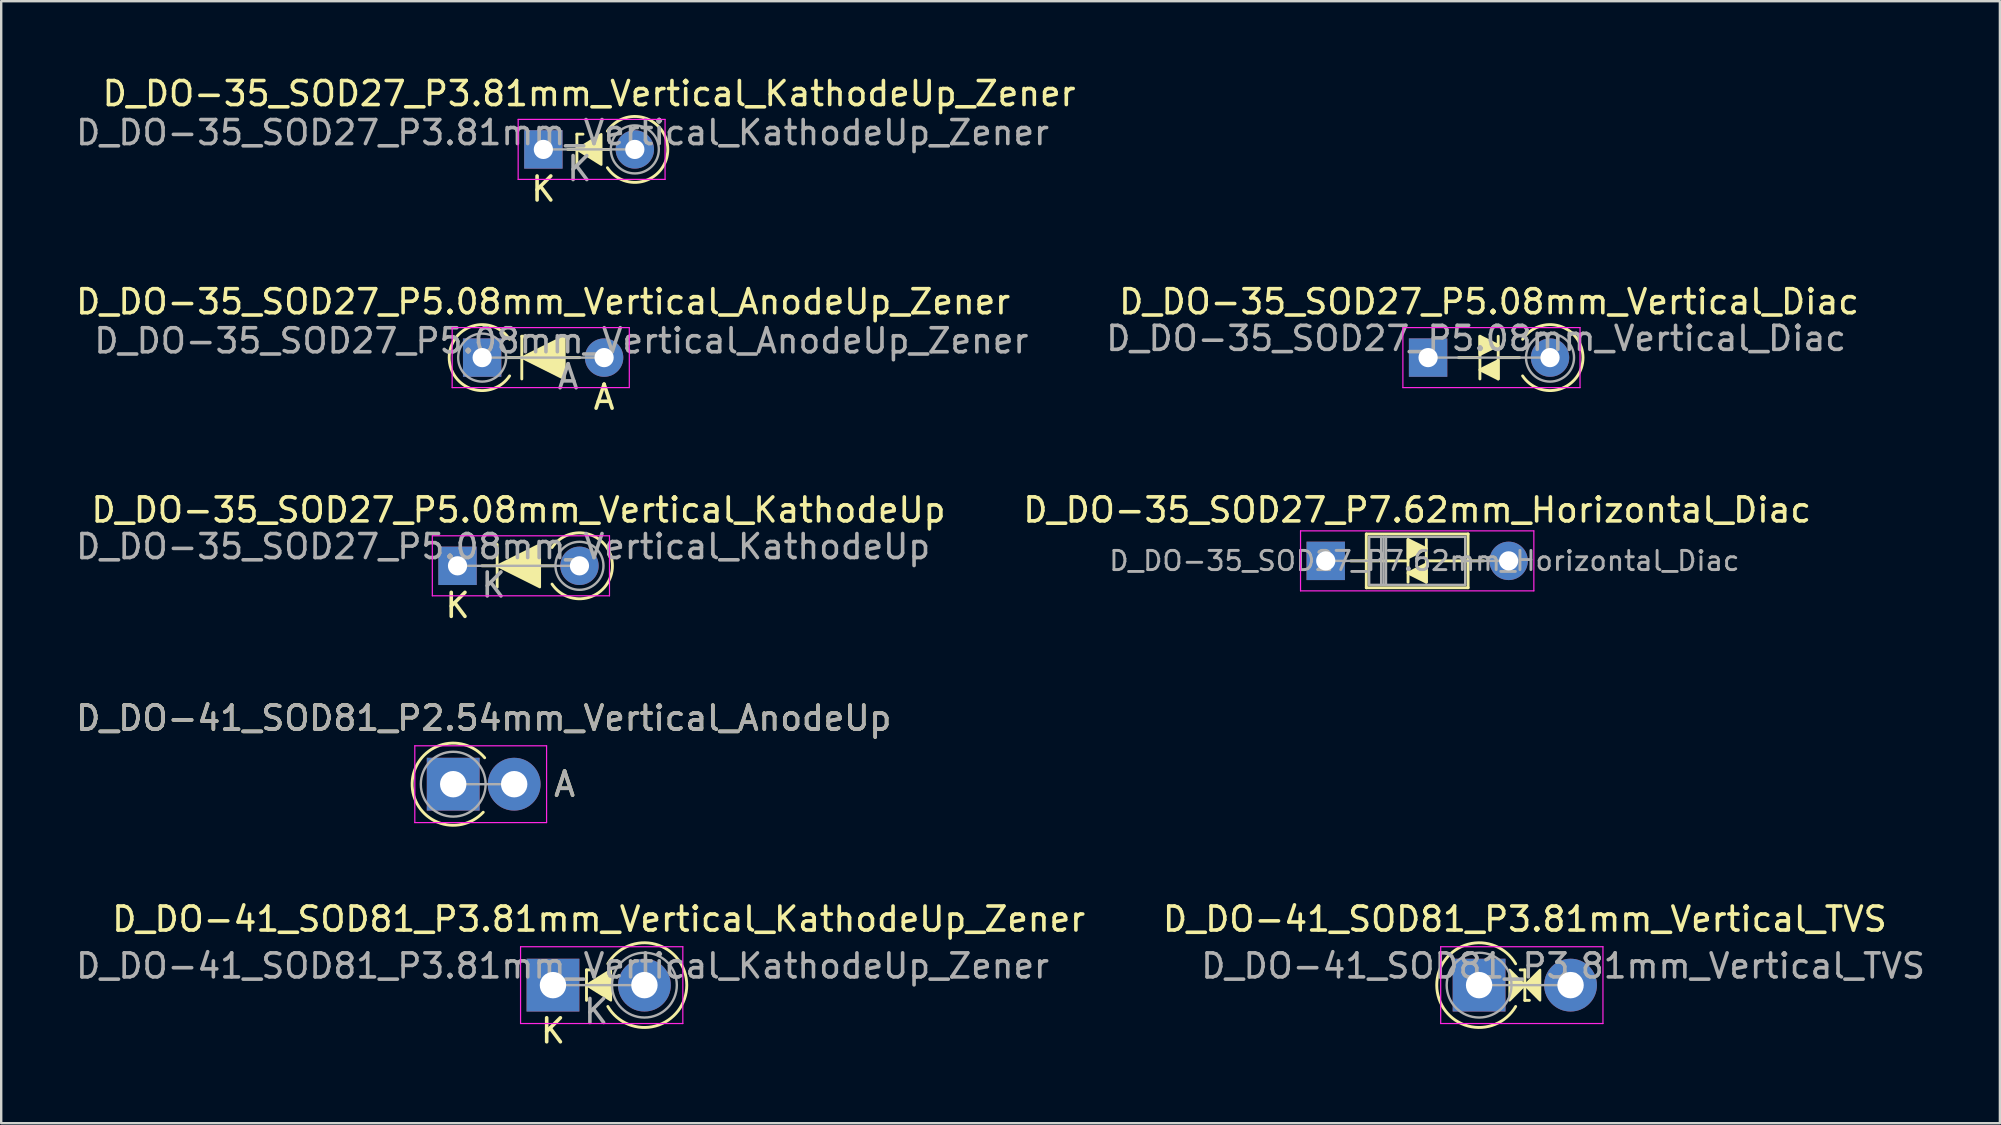
<source format=kicad_pcb>
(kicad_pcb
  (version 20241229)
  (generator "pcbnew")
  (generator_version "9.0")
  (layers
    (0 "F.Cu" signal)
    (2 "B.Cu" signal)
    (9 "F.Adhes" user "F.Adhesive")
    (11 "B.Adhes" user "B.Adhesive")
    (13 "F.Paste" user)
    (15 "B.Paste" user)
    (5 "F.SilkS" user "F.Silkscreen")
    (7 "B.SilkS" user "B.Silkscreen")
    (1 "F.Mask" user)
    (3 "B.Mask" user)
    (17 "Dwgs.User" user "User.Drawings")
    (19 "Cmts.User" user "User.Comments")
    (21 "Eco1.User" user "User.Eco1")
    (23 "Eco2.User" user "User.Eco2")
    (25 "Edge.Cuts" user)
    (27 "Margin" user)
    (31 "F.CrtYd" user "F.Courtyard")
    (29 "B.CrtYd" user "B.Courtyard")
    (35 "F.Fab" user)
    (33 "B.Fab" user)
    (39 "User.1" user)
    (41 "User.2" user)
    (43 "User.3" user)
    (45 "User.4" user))
  (footprint "D_DO-41_SOD81_P3.81mm_Vertical_KathodeUp_Zener"
    (layer "F.Cu")
    (at 19.987 37.991)
    (property "Reference" "D_DO-41_SOD81_P3.81mm_Vertical_KathodeUp_Zener" (at 1.905 -2.751 0) (layer "F.SilkS") (effects (font (size 1 1) (thickness 0.15))))
    (attr through_hole)
    (fp_line (start 1.397 -0.635) (end 1.397 0.635) (stroke (width 0.12) (type solid)) (layer "F.SilkS"))
    (fp_line (start 1.397 -0.635) (end 1.651 -0.635) (stroke (width 0.12) (type solid)) (layer "F.SilkS"))
    (fp_arc (start 2.286 -0.888999) (mid 5.574339 0.000001) (end 2.286 0.889) (stroke (width 0.12) (type solid)) (layer "F.SilkS"))
    (fp_poly (pts (xy 2.413 0.635) (xy 1.397 0) (xy 2.413 -0.635)) (stroke (width 0.1) (type solid)) (fill yes) (layer "F.SilkS"))
    (fp_line (start -1.35 -1.6) (end -1.35 1.6) (stroke (width 0.05) (type solid)) (layer "F.CrtYd"))
    (fp_line (start -1.35 1.6) (end 5.41 1.6) (stroke (width 0.05) (type solid)) (layer "F.CrtYd"))
    (fp_line (start 5.41 -1.6) (end -1.35 -1.6) (stroke (width 0.05) (type solid)) (layer "F.CrtYd"))
    (fp_line (start 5.41 1.6) (end 5.41 -1.6) (stroke (width 0.05) (type solid)) (layer "F.CrtYd"))
    (fp_line (start 0 0) (end 3.81 0) (stroke (width 0.1) (type solid)) (layer "F.Fab"))
    (fp_circle (center 3.81 0) (end 5.16 0) (stroke (width 0.1) (type solid)) (fill no) (layer "F.Fab"))
    (fp_text user "K" (at 0 1.905 0) (layer "F.SilkS") (effects (font (size 1 1) (thickness 0.15))))
    (fp_text user "K" (at 1.8 1.1 0) (layer "F.Fab") (effects (font (size 1 1) (thickness 0.15))))
    (fp_text user "${REFERENCE}" (at 0.4 -0.8 0) (layer "F.Fab") (effects (font (size 1 1) (thickness 0.15))))
    (pad "1" thru_hole rect (at 0 0) (size 2.2 2.2) (drill 1.1) (layers "*.Cu" "*.Mask"))
    (pad "2" thru_hole oval (at 3.81 0) (size 2.2 2.2) (drill 1.1) (layers "*.Cu" "*.Mask")))
  (footprint "D_DO-35_SOD27_P5.08mm_Vertical_AnodeUp_Zener"
    (layer "F.Cu")
    (at 17.037 11.848)
    (property "Reference" "D_DO-35_SOD27_P5.08mm_Vertical_AnodeUp_Zener" (at 2.54 -2.326 0) (layer "F.SilkS") (effects (font (size 1 1) (thickness 0.15))))
    (attr through_hole)
    (fp_line (start 1.651 -0.889) (end 1.651 0.889) (stroke (width 0.12) (type solid)) (layer "F.SilkS"))
    (fp_line (start 1.651 -0.889) (end 1.905 -0.889) (stroke (width 0.12) (type solid)) (layer "F.SilkS"))
    (fp_line (start 4.064 0) (end 1.016 0) (stroke (width 0.12) (type solid)) (layer "F.SilkS"))
    (fp_arc (start 1.142999 0.761999) (mid -1.373714 0) (end 1.142999 -0.761999) (stroke (width 0.12) (type solid)) (layer "F.SilkS"))
    (fp_poly (pts (xy 3.429 0.889) (xy 1.651 0) (xy 3.429 -0.889)) (stroke (width 0.1) (type solid)) (fill yes) (layer "F.SilkS"))
    (fp_line (start -1.25 -1.25) (end -1.25 1.25) (stroke (width 0.05) (type solid)) (layer "F.CrtYd"))
    (fp_line (start -1.25 1.25) (end 6.13 1.25) (stroke (width 0.05) (type solid)) (layer "F.CrtYd"))
    (fp_line (start 6.13 -1.25) (end -1.25 -1.25) (stroke (width 0.05) (type solid)) (layer "F.CrtYd"))
    (fp_line (start 6.13 1.25) (end 6.13 -1.25) (stroke (width 0.05) (type solid)) (layer "F.CrtYd"))
    (fp_line (start 0 0) (end 5.08 0) (stroke (width 0.1) (type solid)) (layer "F.Fab"))
    (fp_circle (center 0 0) (end 1 0) (stroke (width 0.1) (type solid)) (fill no) (layer "F.Fab"))
    (fp_text user "A" (at 5.08 1.651 0) (layer "F.SilkS") (effects (font (size 1 1) (thickness 0.15))))
    (fp_text user "A" (at 3.58 0.8 0) (layer "F.Fab") (effects (font (size 1 1) (thickness 0.15))))
    (fp_text user "${REFERENCE}" (at 3.3 -0.7 0) (layer "F.Fab") (effects (font (size 1 1) (thickness 0.15))))
    (pad "1" thru_hole rect (at 0 0) (size 1.6 1.6) (drill 0.8) (layers "*.Cu" "*.Mask"))
    (pad "2" thru_hole oval (at 5.08 0) (size 1.6 1.6) (drill 0.8) (layers "*.Cu" "*.Mask")))
  (footprint "D_DO-35_SOD27_P7.62mm_Horizontal_Diac"
    (layer "F.Cu")
    (at 52.181 20.316)
    (property "Reference" "D_DO-35_SOD27_P7.62mm_Horizontal_Diac" (at 3.81 -2.12 0) (layer "F.SilkS") (effects (font (size 1 1) (thickness 0.15))))
    (fp_line (start 1.04 0) (end 1.69 0) (stroke (width 0.12) (type solid)) (layer "F.SilkS"))
    (fp_line (start 1.651 0) (end 3.429 0) (stroke (width 0.12) (type solid)) (layer "F.SilkS"))
    (fp_line (start 1.69 -1.12) (end 1.69 1.12) (stroke (width 0.12) (type solid)) (layer "F.SilkS"))
    (fp_line (start 1.69 1.12) (end 5.93 1.12) (stroke (width 0.12) (type solid)) (layer "F.SilkS"))
    (fp_line (start 3.429 -0.889) (end 3.429 0.889) (stroke (width 0.12) (type solid)) (layer "F.SilkS"))
    (fp_line (start 4.191 -0.889) (end 4.191 0.889) (stroke (width 0.12) (type solid)) (layer "F.SilkS"))
    (fp_line (start 5.93 -1.12) (end 1.69 -1.12) (stroke (width 0.12) (type solid)) (layer "F.SilkS"))
    (fp_line (start 5.93 0) (end 4.191 0) (stroke (width 0.12) (type solid)) (layer "F.SilkS"))
    (fp_line (start 5.93 1.12) (end 5.93 -1.12) (stroke (width 0.12) (type solid)) (layer "F.SilkS"))
    (fp_line (start 6.58 0) (end 5.93 0) (stroke (width 0.12) (type solid)) (layer "F.SilkS"))
    (fp_poly (pts (xy 4.191 -0.508) (xy 3.429 -0.127) (xy 3.429 -0.889)) (stroke (width 0.12) (type solid)) (fill yes) (layer "F.SilkS"))
    (fp_poly (pts (xy 4.191 0.889) (xy 3.429 0.508) (xy 4.191 0.127)) (stroke (width 0.12) (type solid)) (fill yes) (layer "F.SilkS"))
    (fp_line (start -1.05 -1.25) (end -1.05 1.25) (stroke (width 0.05) (type solid)) (layer "F.CrtYd"))
    (fp_line (start -1.05 1.25) (end 8.67 1.25) (stroke (width 0.05) (type solid)) (layer "F.CrtYd"))
    (fp_line (start 8.67 -1.25) (end -1.05 -1.25) (stroke (width 0.05) (type solid)) (layer "F.CrtYd"))
    (fp_line (start 8.67 1.25) (end 8.67 -1.25) (stroke (width 0.05) (type solid)) (layer "F.CrtYd"))
    (fp_line (start 0 0) (end 1.81 0) (stroke (width 0.1) (type solid)) (layer "F.Fab"))
    (fp_line (start 1.81 -1) (end 1.81 1) (stroke (width 0.1) (type solid)) (layer "F.Fab"))
    (fp_line (start 1.81 1) (end 5.81 1) (stroke (width 0.1) (type solid)) (layer "F.Fab"))
    (fp_line (start 2.31 -1) (end 2.31 1) (stroke (width 0.1) (type solid)) (layer "F.Fab"))
    (fp_line (start 2.41 -1) (end 2.41 1) (stroke (width 0.1) (type solid)) (layer "F.Fab"))
    (fp_line (start 2.51 -1) (end 2.51 1) (stroke (width 0.1) (type solid)) (layer "F.Fab"))
    (fp_line (start 5.81 -1) (end 1.81 -1) (stroke (width 0.1) (type solid)) (layer "F.Fab"))
    (fp_line (start 5.81 1) (end 5.81 -1) (stroke (width 0.1) (type solid)) (layer "F.Fab"))
    (fp_line (start 7.62 0) (end 5.81 0) (stroke (width 0.1) (type solid)) (layer "F.Fab"))
    (fp_text user "${REFERENCE}" (at 4.11 0 0) (layer "F.Fab") (effects (font (size 0.8 0.8) (thickness 0.12))))
    (pad "1" thru_hole rect (at 0 0) (size 1.6 1.6) (drill 0.8) (layers "*.Cu" "*.Mask"))
    (pad "2" thru_hole oval (at 7.62 0) (size 1.6 1.6) (drill 0.8) (layers "*.Cu" "*.Mask")))
  (footprint "D_DO-35_SOD27_P5.08mm_Vertical_Diac"
    (layer "F.Cu")
    (at 56.445 11.848)
    (property "Reference" "D_DO-35_SOD27_P5.08mm_Vertical_Diac" (at 2.54 -2.326 0) (layer "F.SilkS") (effects (font (size 1 1) (thickness 0.15))))
    (fp_line (start 1.27 0) (end 2.159 0) (stroke (width 0.12) (type solid)) (layer "F.SilkS"))
    (fp_line (start 2.159 -0.889) (end 2.159 0.889) (stroke (width 0.12) (type solid)) (layer "F.SilkS"))
    (fp_line (start 2.921 -0.889) (end 2.921 0.889) (stroke (width 0.12) (type solid)) (layer "F.SilkS"))
    (fp_line (start 3.81 0) (end 2.921 0) (stroke (width 0.12) (type solid)) (layer "F.SilkS"))
    (fp_arc (start 3.937 -0.761998) (mid 6.453713 0.000001) (end 3.937 0.762) (stroke (width 0.12) (type solid)) (layer "F.SilkS"))
    (fp_poly (pts (xy 2.921 -0.508) (xy 2.159 -0.127) (xy 2.159 -0.889)) (stroke (width 0.12) (type solid)) (fill yes) (layer "F.SilkS"))
    (fp_poly (pts (xy 2.921 0.889) (xy 2.159 0.508) (xy 2.921 0.127)) (stroke (width 0.12) (type solid)) (fill yes) (layer "F.SilkS"))
    (fp_line (start -1.05 -1.25) (end -1.05 1.25) (stroke (width 0.05) (type solid)) (layer "F.CrtYd"))
    (fp_line (start -1.05 1.25) (end 6.33 1.25) (stroke (width 0.05) (type solid)) (layer "F.CrtYd"))
    (fp_line (start 6.33 -1.25) (end -1.05 -1.25) (stroke (width 0.05) (type solid)) (layer "F.CrtYd"))
    (fp_line (start 6.33 1.25) (end 6.33 -1.25) (stroke (width 0.05) (type solid)) (layer "F.CrtYd"))
    (fp_line (start 0 0) (end 5.08 0) (stroke (width 0.1) (type solid)) (layer "F.Fab"))
    (fp_circle (center 5.08 0) (end 6.08 0) (stroke (width 0.1) (type solid)) (fill no) (layer "F.Fab"))
    (fp_text user "${REFERENCE}" (at 2 -0.8 0) (layer "F.Fab") (effects (font (size 1 1) (thickness 0.15))))
    (pad "1" thru_hole rect (at 0 0) (size 1.6 1.6) (drill 0.8) (layers "*.Cu" "*.Mask"))
    (pad "2" thru_hole oval (at 5.08 0) (size 1.6 1.6) (drill 0.8) (layers "*.Cu" "*.Mask")))
  (footprint "D_DO-35_SOD27_P5.08mm_Vertical_KathodeUp"
    (layer "F.Cu")
    (at 16.011 20.522)
    (property "Reference" "D_DO-35_SOD27_P5.08mm_Vertical_KathodeUp" (at 2.54 -2.326 0) (layer "F.SilkS") (effects (font (size 1 1) (thickness 0.15))))
    (attr through_hole)
    (fp_line (start 1.651 -0.889) (end 1.651 0.889) (stroke (width 0.12) (type solid)) (layer "F.SilkS"))
    (fp_line (start 4.064 0) (end 1.016 0) (stroke (width 0.12) (type solid)) (layer "F.SilkS"))
    (fp_arc (start 3.937 -0.761998) (mid 6.453713 0.000001) (end 3.937 0.762) (stroke (width 0.12) (type solid)) (layer "F.SilkS"))
    (fp_poly (pts (xy 3.429 0.889) (xy 1.651 0) (xy 3.429 -0.889)) (stroke (width 0.1) (type solid)) (fill yes) (layer "F.SilkS"))
    (fp_line (start -1.05 -1.25) (end -1.05 1.25) (stroke (width 0.05) (type solid)) (layer "F.CrtYd"))
    (fp_line (start -1.05 1.25) (end 6.33 1.25) (stroke (width 0.05) (type solid)) (layer "F.CrtYd"))
    (fp_line (start 6.33 -1.25) (end -1.05 -1.25) (stroke (width 0.05) (type solid)) (layer "F.CrtYd"))
    (fp_line (start 6.33 1.25) (end 6.33 -1.25) (stroke (width 0.05) (type solid)) (layer "F.CrtYd"))
    (fp_line (start 0 0) (end 5.08 0) (stroke (width 0.1) (type solid)) (layer "F.Fab"))
    (fp_circle (center 5.08 0) (end 6.08 0) (stroke (width 0.1) (type solid)) (fill no) (layer "F.Fab"))
    (fp_text user "K" (at 0 1.651 0) (layer "F.SilkS") (effects (font (size 1 1) (thickness 0.15))))
    (fp_text user "${REFERENCE}" (at 1.9 -0.8 0) (layer "F.Fab") (effects (font (size 1 1) (thickness 0.15))))
    (fp_text user "K" (at 1.5 0.8 0) (layer "F.Fab") (effects (font (size 1 1) (thickness 0.15))))
    (pad "1" thru_hole rect (at 0 0) (size 1.6 1.6) (drill 0.8) (layers "*.Cu" "*.Mask"))
    (pad "2" thru_hole oval (at 5.08 0) (size 1.6 1.6) (drill 0.8) (layers "*.Cu" "*.Mask")))
  (footprint "D_DO-41_SOD81_P2.54mm_Vertical_AnodeUp"
    (layer "F.Cu")
    (at 15.831 29.62)
    (property "Reference" "D_DO-41_SOD81_P2.54mm_Vertical_AnodeUp" (at 1.27 -2.751 0) (layer "F.SilkS") (effects (font (size 1 1) (thickness 0.15))))
    (attr through_hole)
    (fp_arc (start 1.251551 1.167366) (mid -1.710877 -0.044974) (end 1.311153 -1.1) (stroke (width 0.12) (type solid)) (layer "F.SilkS"))
    (fp_line (start -1.6 -1.6) (end -1.6 1.6) (stroke (width 0.05) (type solid)) (layer "F.CrtYd"))
    (fp_line (start -1.6 1.6) (end 3.89 1.6) (stroke (width 0.05) (type solid)) (layer "F.CrtYd"))
    (fp_line (start 3.89 -1.6) (end -1.6 -1.6) (stroke (width 0.05) (type solid)) (layer "F.CrtYd"))
    (fp_line (start 3.89 1.6) (end 3.89 -1.6) (stroke (width 0.05) (type solid)) (layer "F.CrtYd"))
    (fp_line (start 0 0) (end 2.54 0) (stroke (width 0.1) (type solid)) (layer "F.Fab"))
    (fp_circle (center 0 0) (end 1.35 0) (stroke (width 0.1) (type solid)) (fill no) (layer "F.Fab"))
    (fp_text user "A" (at 4.64 0 0) (layer "F.SilkS") (effects (font (size 1 1) (thickness 0.15))))
    (fp_text user "A" (at 4.64 0 0) (layer "F.Fab") (effects (font (size 1 1) (thickness 0.15))))
    (fp_text user "${REFERENCE}" (at 1.27 -2.751 0) (layer "F.Fab") (effects (font (size 1 1) (thickness 0.15))))
    (pad "1" thru_hole rect (at 0 0) (size 2.2 2.2) (drill 1.1) (layers "*.Cu" "*.Mask"))
    (pad "2" thru_hole oval (at 2.54 0) (size 2.2 2.2) (drill 1.1) (layers "*.Cu" "*.Mask")))
  (footprint "D_DO-35_SOD27_P3.81mm_Vertical_KathodeUp_Zener"
    (layer "F.Cu")
    (at 19.587 3.175)
    (property "Reference" "D_DO-35_SOD27_P3.81mm_Vertical_KathodeUp_Zener" (at 1.905 -2.326 0) (layer "F.SilkS") (effects (font (size 1 1) (thickness 0.15))))
    (attr through_hole)
    (fp_line (start 1.397 -0.635) (end 1.397 0.635) (stroke (width 0.12) (type solid)) (layer "F.SilkS"))
    (fp_line (start 1.397 -0.635) (end 1.651 -0.635) (stroke (width 0.12) (type solid)) (layer "F.SilkS"))
    (fp_line (start 2.794 0) (end 1.016 0) (stroke (width 0.12) (type solid)) (layer "F.SilkS"))
    (fp_arc (start 2.667 -0.761998) (mid 5.183713 0.000001) (end 2.667 0.762) (stroke (width 0.12) (type solid)) (layer "F.SilkS"))
    (fp_poly (pts (xy 2.413 0.635) (xy 1.397 0) (xy 2.413 -0.635)) (stroke (width 0.1) (type solid)) (fill yes) (layer "F.SilkS"))
    (fp_line (start -1.05 -1.25) (end -1.05 1.25) (stroke (width 0.05) (type solid)) (layer "F.CrtYd"))
    (fp_line (start -1.05 1.25) (end 5.07 1.25) (stroke (width 0.05) (type solid)) (layer "F.CrtYd"))
    (fp_line (start 5.07 -1.25) (end -1.05 -1.25) (stroke (width 0.05) (type solid)) (layer "F.CrtYd"))
    (fp_line (start 5.07 1.25) (end 5.07 -1.25) (stroke (width 0.05) (type solid)) (layer "F.CrtYd"))
    (fp_line (start 0 0) (end 3.81 0) (stroke (width 0.1) (type solid)) (layer "F.Fab"))
    (fp_circle (center 3.81 0) (end 4.81 0) (stroke (width 0.1) (type solid)) (fill no) (layer "F.Fab"))
    (fp_text user "K" (at 0 1.651 0) (layer "F.SilkS") (effects (font (size 1 1) (thickness 0.15))))
    (fp_text user "K" (at 1.5 0.8 0) (layer "F.Fab") (effects (font (size 1 1) (thickness 0.15))))
    (fp_text user "${REFERENCE}" (at 0.8 -0.7 0) (layer "F.Fab") (effects (font (size 1 1) (thickness 0.15))))
    (pad "1" thru_hole rect (at 0 0) (size 1.6 1.6) (drill 0.8) (layers "*.Cu" "*.Mask"))
    (pad "2" thru_hole oval (at 3.81 0) (size 1.6 1.6) (drill 0.8) (layers "*.Cu" "*.Mask")))
  (footprint "D_DO-41_SOD81_P3.81mm_Vertical_TVS"
    (layer "F.Cu")
    (at 58.57 37.991)
    (property "Reference" "D_DO-41_SOD81_P3.81mm_Vertical_TVS" (at 1.905 -2.751 0) (layer "F.SilkS") (effects (font (size 1 1) (thickness 0.15))))
    (attr through_hole)
    (fp_line (start 1.714 -0.635) (end 1.905 -0.635) (stroke (width 0.12) (type solid)) (layer "F.SilkS"))
    (fp_line (start 1.905 -0.635) (end 1.905 0.635) (stroke (width 0.12) (type solid)) (layer "F.SilkS"))
    (fp_line (start 1.905 0.635) (end 2.095 0.635) (stroke (width 0.12) (type solid)) (layer "F.SilkS"))
    (fp_arc (start 1.523999 0.889) (mid -1.764339 0.000001) (end 1.523999 -0.888999) (stroke (width 0.12) (type solid)) (layer "F.SilkS"))
    (fp_poly (pts (xy 1.27 -0.635) (xy 1.905 0) (xy 1.27 0.635)) (stroke (width 0.1) (type solid)) (fill yes) (layer "F.SilkS"))
    (fp_poly (pts (xy 2.54 0.635) (xy 1.905 0) (xy 2.54 -0.635)) (stroke (width 0.1) (type solid)) (fill yes) (layer "F.SilkS"))
    (fp_line (start -1.6 -1.6) (end -1.6 1.6) (stroke (width 0.05) (type solid)) (layer "F.CrtYd"))
    (fp_line (start -1.6 1.6) (end 5.16 1.6) (stroke (width 0.05) (type solid)) (layer "F.CrtYd"))
    (fp_line (start 5.16 -1.6) (end -1.6 -1.6) (stroke (width 0.05) (type solid)) (layer "F.CrtYd"))
    (fp_line (start 5.16 1.6) (end 5.16 -1.6) (stroke (width 0.05) (type solid)) (layer "F.CrtYd"))
    (fp_line (start 0 0) (end 3.81 0) (stroke (width 0.1) (type solid)) (layer "F.Fab"))
    (fp_circle (center 0 0) (end 1.35 0) (stroke (width 0.1) (type solid)) (fill no) (layer "F.Fab"))
    (fp_text user "${REFERENCE}" (at 3.5 -0.8 0) (layer "F.Fab") (effects (font (size 1 1) (thickness 0.15))))
    (pad "1" thru_hole rect (at 0 0) (size 2.2 2.2) (drill 1.1) (layers "*.Cu" "*.Mask"))
    (pad "2" thru_hole oval (at 3.81 0) (size 2.2 2.2) (drill 1.1) (layers "*.Cu" "*.Mask")))
  (gr_rect
    (start -3 -3)
    (end 80.267 43.744)
    (stroke (width 0.1) (type default))
    (fill no)
    (layer "Edge.Cuts")))
</source>
